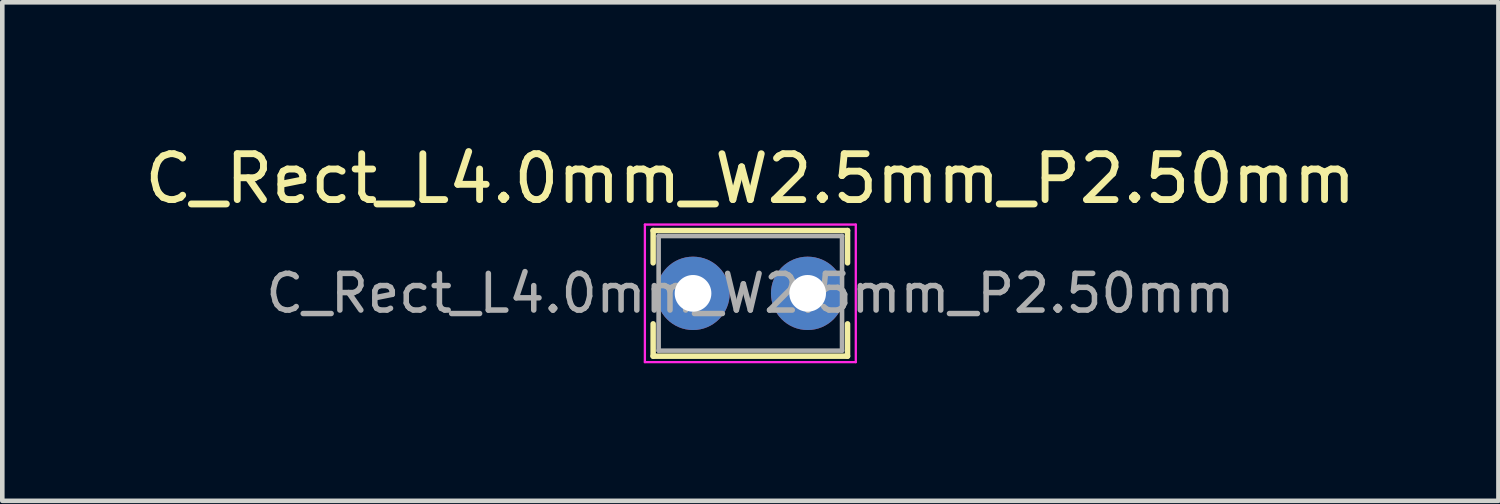
<source format=kicad_pcb>
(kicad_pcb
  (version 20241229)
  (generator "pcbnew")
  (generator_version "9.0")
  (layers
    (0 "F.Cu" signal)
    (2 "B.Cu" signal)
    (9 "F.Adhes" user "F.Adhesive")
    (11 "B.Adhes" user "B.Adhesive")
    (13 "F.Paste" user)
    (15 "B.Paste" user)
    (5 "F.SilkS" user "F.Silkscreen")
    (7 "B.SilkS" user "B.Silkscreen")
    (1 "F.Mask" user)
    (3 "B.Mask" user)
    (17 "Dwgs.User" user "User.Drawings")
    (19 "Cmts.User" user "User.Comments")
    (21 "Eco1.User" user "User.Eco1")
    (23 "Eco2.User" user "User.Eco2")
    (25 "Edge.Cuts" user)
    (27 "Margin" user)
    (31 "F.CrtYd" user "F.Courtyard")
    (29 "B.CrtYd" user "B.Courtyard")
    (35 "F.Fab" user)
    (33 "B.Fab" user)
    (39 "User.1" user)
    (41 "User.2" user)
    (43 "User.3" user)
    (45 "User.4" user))
  (footprint "C_Rect_L4.0mm_W2.5mm_P2.50mm"
    (layer "F.Cu")
    (at 12.065 3.348)
    (property "Reference" "C_Rect_L4.0mm_W2.5mm_P2.50mm" (at 1.25 -2.5 0) (layer "F.SilkS") (effects (font (size 1 1) (thickness 0.15))))
    (attr through_hole)
    (fp_line (start -0.87 -1.37) (end -0.87 -0.665) (stroke (width 0.12) (type solid)) (layer "F.SilkS"))
    (fp_line (start -0.87 -1.37) (end 3.37 -1.37) (stroke (width 0.12) (type solid)) (layer "F.SilkS"))
    (fp_line (start -0.87 0.665) (end -0.87 1.37) (stroke (width 0.12) (type solid)) (layer "F.SilkS"))
    (fp_line (start -0.87 1.37) (end 3.37 1.37) (stroke (width 0.12) (type solid)) (layer "F.SilkS"))
    (fp_line (start 3.37 -1.37) (end 3.37 -0.665) (stroke (width 0.12) (type solid)) (layer "F.SilkS"))
    (fp_line (start 3.37 0.665) (end 3.37 1.37) (stroke (width 0.12) (type solid)) (layer "F.SilkS"))
    (fp_line (start -1.05 -1.5) (end -1.05 1.5) (stroke (width 0.05) (type solid)) (layer "F.CrtYd"))
    (fp_line (start -1.05 1.5) (end 3.55 1.5) (stroke (width 0.05) (type solid)) (layer "F.CrtYd"))
    (fp_line (start 3.55 -1.5) (end -1.05 -1.5) (stroke (width 0.05) (type solid)) (layer "F.CrtYd"))
    (fp_line (start 3.55 1.5) (end 3.55 -1.5) (stroke (width 0.05) (type solid)) (layer "F.CrtYd"))
    (fp_line (start -0.75 -1.25) (end -0.75 1.25) (stroke (width 0.1) (type solid)) (layer "F.Fab"))
    (fp_line (start -0.75 1.25) (end 3.25 1.25) (stroke (width 0.1) (type solid)) (layer "F.Fab"))
    (fp_line (start 3.25 -1.25) (end -0.75 -1.25) (stroke (width 0.1) (type solid)) (layer "F.Fab"))
    (fp_line (start 3.25 1.25) (end 3.25 -1.25) (stroke (width 0.1) (type solid)) (layer "F.Fab"))
    (fp_text user "${REFERENCE}" (at 1.25 0 0) (layer "F.Fab") (effects (font (size 0.8 0.8) (thickness 0.12))))
    (pad "1" thru_hole circle (at 0 0) (size 1.6 1.6) (drill 0.8) (layers "*.Cu" "*.Mask"))
    (pad "2" thru_hole circle (at 2.5 0) (size 1.6 1.6) (drill 0.8) (layers "*.Cu" "*.Mask")))
  (gr_rect
    (start -3 -3)
    (end 29.631 7.873)
    (stroke (width 0.1) (type default))
    (fill no)
    (layer "Edge.Cuts")))
</source>
